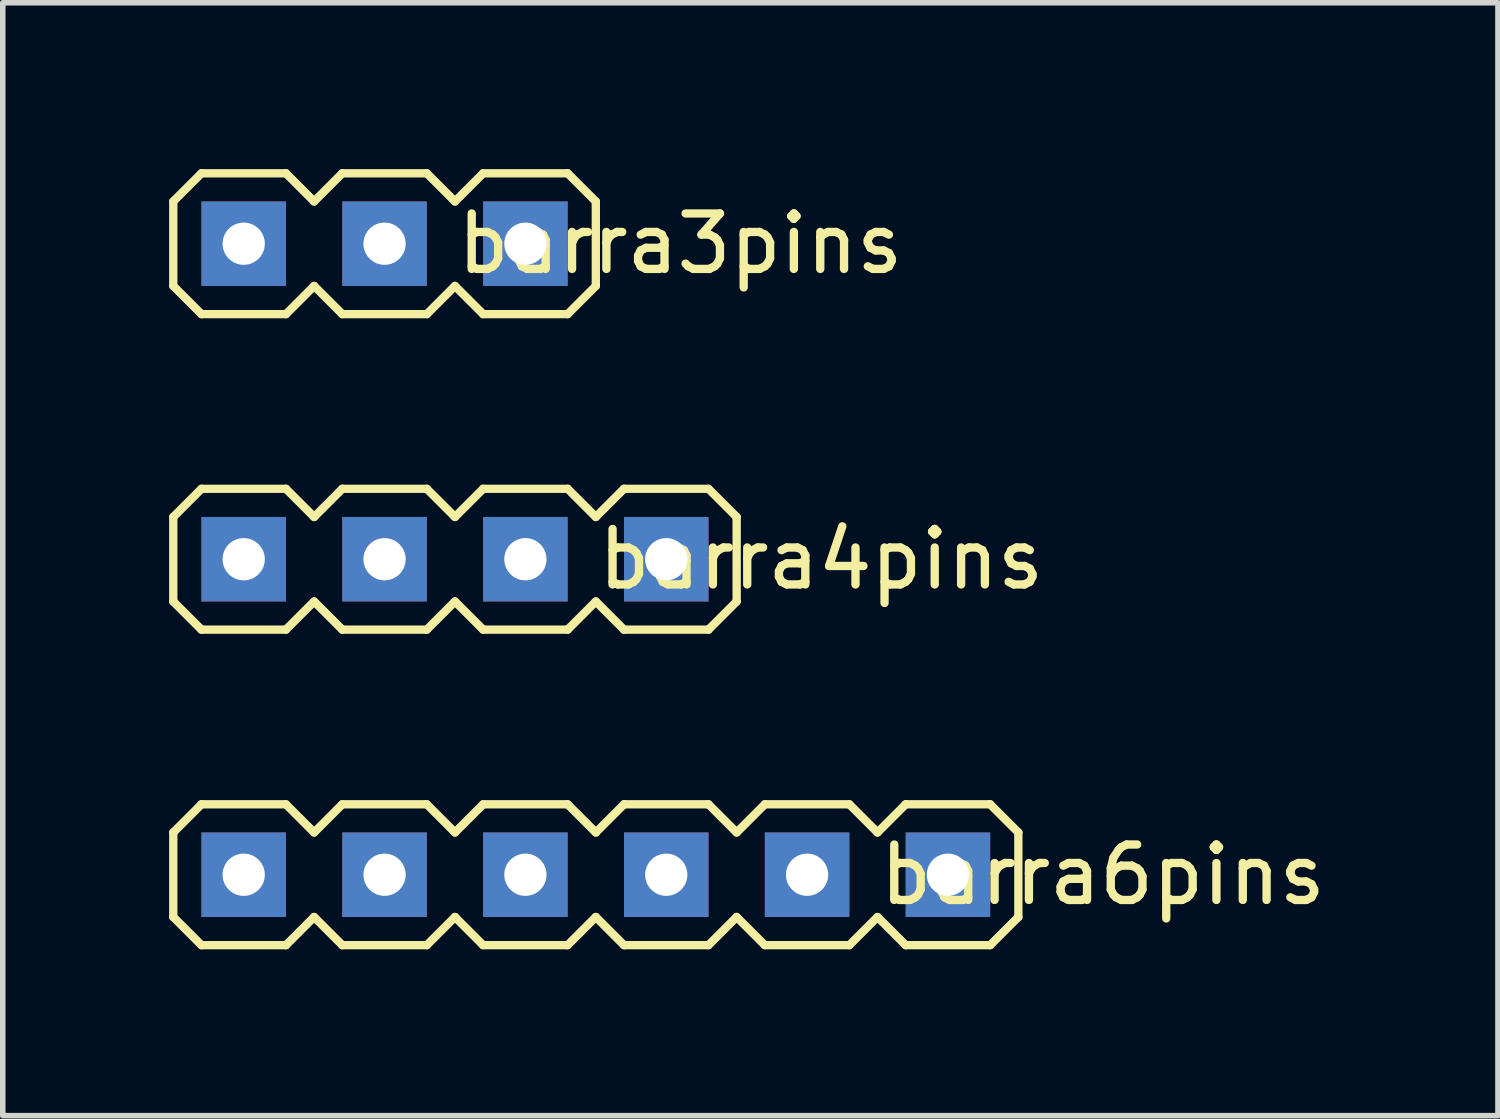
<source format=kicad_pcb>
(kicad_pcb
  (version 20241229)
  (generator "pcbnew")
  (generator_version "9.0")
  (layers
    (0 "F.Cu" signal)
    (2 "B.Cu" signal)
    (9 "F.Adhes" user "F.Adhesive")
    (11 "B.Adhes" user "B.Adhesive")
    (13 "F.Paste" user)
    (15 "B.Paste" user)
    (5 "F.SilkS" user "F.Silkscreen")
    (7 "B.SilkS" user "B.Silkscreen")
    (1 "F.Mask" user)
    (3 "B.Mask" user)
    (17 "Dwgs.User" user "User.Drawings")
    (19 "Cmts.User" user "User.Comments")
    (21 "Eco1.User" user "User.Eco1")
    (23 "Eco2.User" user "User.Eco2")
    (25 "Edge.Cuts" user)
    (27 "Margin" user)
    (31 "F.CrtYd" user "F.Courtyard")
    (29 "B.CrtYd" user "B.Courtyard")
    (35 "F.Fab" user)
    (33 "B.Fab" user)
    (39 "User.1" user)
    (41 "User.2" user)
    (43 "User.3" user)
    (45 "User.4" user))
  (footprint "barra3pins"
    (layer "F.Cu")
    (at 3.885 1.345)
    (property "Reference" "barra3pins" (at 5.334 0 0) (layer "F.SilkS") (effects (font (size 1 1) (thickness 0.15))))
    (attr through_hole)
    (fp_line (start -3.81 -0.762) (end -3.302 -1.27) (stroke (width 0.15) (type solid)) (layer "F.SilkS"))
    (fp_line (start -3.81 0.762) (end -3.81 -0.762) (stroke (width 0.15) (type solid)) (layer "F.SilkS"))
    (fp_line (start -3.302 -1.27) (end -1.778 -1.27) (stroke (width 0.15) (type solid)) (layer "F.SilkS"))
    (fp_line (start -3.302 1.27) (end -3.81 0.762) (stroke (width 0.15) (type solid)) (layer "F.SilkS"))
    (fp_line (start -1.778 -1.27) (end -1.27 -0.762) (stroke (width 0.15) (type solid)) (layer "F.SilkS"))
    (fp_line (start -1.778 1.27) (end -3.302 1.27) (stroke (width 0.15) (type solid)) (layer "F.SilkS"))
    (fp_line (start -1.27 -0.762) (end -0.762 -1.27) (stroke (width 0.15) (type solid)) (layer "F.SilkS"))
    (fp_line (start -1.27 0.762) (end -1.778 1.27) (stroke (width 0.15) (type solid)) (layer "F.SilkS"))
    (fp_line (start -0.762 -1.27) (end 0.762 -1.27) (stroke (width 0.15) (type solid)) (layer "F.SilkS"))
    (fp_line (start -0.762 1.27) (end -1.27 0.762) (stroke (width 0.15) (type solid)) (layer "F.SilkS"))
    (fp_line (start 0.762 -1.27) (end 1.27 -0.762) (stroke (width 0.15) (type solid)) (layer "F.SilkS"))
    (fp_line (start 0.762 1.27) (end -0.762 1.27) (stroke (width 0.15) (type solid)) (layer "F.SilkS"))
    (fp_line (start 1.27 -0.762) (end 1.778 -1.27) (stroke (width 0.15) (type solid)) (layer "F.SilkS"))
    (fp_line (start 1.27 0.762) (end 0.762 1.27) (stroke (width 0.15) (type solid)) (layer "F.SilkS"))
    (fp_line (start 1.778 -1.27) (end 3.302 -1.27) (stroke (width 0.15) (type solid)) (layer "F.SilkS"))
    (fp_line (start 1.778 1.27) (end 1.27 0.762) (stroke (width 0.15) (type solid)) (layer "F.SilkS"))
    (fp_line (start 3.302 -1.27) (end 3.81 -0.762) (stroke (width 0.15) (type solid)) (layer "F.SilkS"))
    (fp_line (start 3.302 1.27) (end 1.778 1.27) (stroke (width 0.15) (type solid)) (layer "F.SilkS"))
    (fp_line (start 3.81 -0.762) (end 3.81 0.762) (stroke (width 0.15) (type solid)) (layer "F.SilkS"))
    (fp_line (start 3.81 0.762) (end 3.302 1.27) (stroke (width 0.15) (type solid)) (layer "F.SilkS"))
    (pad "1" thru_hole rect (at -2.54 0) (size 1.524 1.524) (drill 0.762) (layers "*.Cu" "*.Mask"))
    (pad "2" thru_hole rect (at 0 0) (size 1.524 1.524) (drill 0.762) (layers "*.Cu" "*.Mask"))
    (pad "3" thru_hole rect (at 2.54 0) (size 1.524 1.524) (drill 0.762) (layers "*.Cu" "*.Mask")))
  (footprint "barra4pins"
    (layer "F.Cu")
    (at 6.425 7.035)
    (property "Reference" "barra4pins" (at 5.334 0 0) (layer "F.SilkS") (effects (font (size 1 1) (thickness 0.15))))
    (attr through_hole)
    (fp_line (start -6.35 -0.762) (end -5.842 -1.27) (stroke (width 0.15) (type solid)) (layer "F.SilkS"))
    (fp_line (start -6.35 0.762) (end -6.35 -0.762) (stroke (width 0.15) (type solid)) (layer "F.SilkS"))
    (fp_line (start -5.842 -1.27) (end -4.318 -1.27) (stroke (width 0.15) (type solid)) (layer "F.SilkS"))
    (fp_line (start -5.842 1.27) (end -6.35 0.762) (stroke (width 0.15) (type solid)) (layer "F.SilkS"))
    (fp_line (start -4.318 -1.27) (end -3.81 -0.762) (stroke (width 0.15) (type solid)) (layer "F.SilkS"))
    (fp_line (start -4.318 1.27) (end -5.842 1.27) (stroke (width 0.15) (type solid)) (layer "F.SilkS"))
    (fp_line (start -3.81 -0.762) (end -3.302 -1.27) (stroke (width 0.15) (type solid)) (layer "F.SilkS"))
    (fp_line (start -3.81 0.762) (end -4.318 1.27) (stroke (width 0.15) (type solid)) (layer "F.SilkS"))
    (fp_line (start -3.302 -1.27) (end -1.778 -1.27) (stroke (width 0.15) (type solid)) (layer "F.SilkS"))
    (fp_line (start -3.302 1.27) (end -3.81 0.762) (stroke (width 0.15) (type solid)) (layer "F.SilkS"))
    (fp_line (start -1.778 -1.27) (end -1.27 -0.762) (stroke (width 0.15) (type solid)) (layer "F.SilkS"))
    (fp_line (start -1.778 1.27) (end -3.302 1.27) (stroke (width 0.15) (type solid)) (layer "F.SilkS"))
    (fp_line (start -1.27 -0.762) (end -0.762 -1.27) (stroke (width 0.15) (type solid)) (layer "F.SilkS"))
    (fp_line (start -1.27 0.762) (end -1.778 1.27) (stroke (width 0.15) (type solid)) (layer "F.SilkS"))
    (fp_line (start -0.762 -1.27) (end 0.762 -1.27) (stroke (width 0.15) (type solid)) (layer "F.SilkS"))
    (fp_line (start -0.762 1.27) (end -1.27 0.762) (stroke (width 0.15) (type solid)) (layer "F.SilkS"))
    (fp_line (start 0.762 -1.27) (end 1.27 -0.762) (stroke (width 0.15) (type solid)) (layer "F.SilkS"))
    (fp_line (start 0.762 1.27) (end -0.762 1.27) (stroke (width 0.15) (type solid)) (layer "F.SilkS"))
    (fp_line (start 1.27 -0.762) (end 1.778 -1.27) (stroke (width 0.15) (type solid)) (layer "F.SilkS"))
    (fp_line (start 1.27 0.762) (end 0.762 1.27) (stroke (width 0.15) (type solid)) (layer "F.SilkS"))
    (fp_line (start 1.778 -1.27) (end 3.302 -1.27) (stroke (width 0.15) (type solid)) (layer "F.SilkS"))
    (fp_line (start 1.778 1.27) (end 1.27 0.762) (stroke (width 0.15) (type solid)) (layer "F.SilkS"))
    (fp_line (start 3.302 -1.27) (end 3.81 -0.762) (stroke (width 0.15) (type solid)) (layer "F.SilkS"))
    (fp_line (start 3.302 1.27) (end 1.778 1.27) (stroke (width 0.15) (type solid)) (layer "F.SilkS"))
    (fp_line (start 3.81 -0.762) (end 3.81 0.762) (stroke (width 0.15) (type solid)) (layer "F.SilkS"))
    (fp_line (start 3.81 0.762) (end 3.302 1.27) (stroke (width 0.15) (type solid)) (layer "F.SilkS"))
    (pad "1" thru_hole rect (at -5.08 0) (size 1.524 1.524) (drill 0.762) (layers "*.Cu" "*.Mask"))
    (pad "2" thru_hole rect (at -2.54 0) (size 1.524 1.524) (drill 0.762) (layers "*.Cu" "*.Mask"))
    (pad "3" thru_hole rect (at 0 0) (size 1.524 1.524) (drill 0.762) (layers "*.Cu" "*.Mask"))
    (pad "4" thru_hole rect (at 2.54 0) (size 1.524 1.524) (drill 0.762) (layers "*.Cu" "*.Mask")))
  (footprint "barra6pins"
    (layer "F.Cu")
    (at 6.425 12.725)
    (property "Reference" "barra6pins" (at 10.414 0 0) (layer "F.SilkS") (effects (font (size 1 1) (thickness 0.15))))
    (attr through_hole)
    (fp_line (start -6.35 -0.762) (end -5.842 -1.27) (stroke (width 0.15) (type solid)) (layer "F.SilkS"))
    (fp_line (start -6.35 0.762) (end -6.35 -0.762) (stroke (width 0.15) (type solid)) (layer "F.SilkS"))
    (fp_line (start -5.842 -1.27) (end -4.318 -1.27) (stroke (width 0.15) (type solid)) (layer "F.SilkS"))
    (fp_line (start -5.842 1.27) (end -6.35 0.762) (stroke (width 0.15) (type solid)) (layer "F.SilkS"))
    (fp_line (start -4.318 -1.27) (end -3.81 -0.762) (stroke (width 0.15) (type solid)) (layer "F.SilkS"))
    (fp_line (start -4.318 1.27) (end -5.842 1.27) (stroke (width 0.15) (type solid)) (layer "F.SilkS"))
    (fp_line (start -3.81 -0.762) (end -3.302 -1.27) (stroke (width 0.15) (type solid)) (layer "F.SilkS"))
    (fp_line (start -3.81 0.762) (end -4.318 1.27) (stroke (width 0.15) (type solid)) (layer "F.SilkS"))
    (fp_line (start -3.302 -1.27) (end -1.778 -1.27) (stroke (width 0.15) (type solid)) (layer "F.SilkS"))
    (fp_line (start -3.302 1.27) (end -3.81 0.762) (stroke (width 0.15) (type solid)) (layer "F.SilkS"))
    (fp_line (start -1.778 -1.27) (end -1.27 -0.762) (stroke (width 0.15) (type solid)) (layer "F.SilkS"))
    (fp_line (start -1.778 1.27) (end -3.302 1.27) (stroke (width 0.15) (type solid)) (layer "F.SilkS"))
    (fp_line (start -1.27 -0.762) (end -0.762 -1.27) (stroke (width 0.15) (type solid)) (layer "F.SilkS"))
    (fp_line (start -1.27 0.762) (end -1.778 1.27) (stroke (width 0.15) (type solid)) (layer "F.SilkS"))
    (fp_line (start -0.762 -1.27) (end 0.762 -1.27) (stroke (width 0.15) (type solid)) (layer "F.SilkS"))
    (fp_line (start -0.762 1.27) (end -1.27 0.762) (stroke (width 0.15) (type solid)) (layer "F.SilkS"))
    (fp_line (start 0.762 -1.27) (end 1.27 -0.762) (stroke (width 0.15) (type solid)) (layer "F.SilkS"))
    (fp_line (start 0.762 1.27) (end -0.762 1.27) (stroke (width 0.15) (type solid)) (layer "F.SilkS"))
    (fp_line (start 1.27 -0.762) (end 1.778 -1.27) (stroke (width 0.15) (type solid)) (layer "F.SilkS"))
    (fp_line (start 1.27 0.762) (end 0.762 1.27) (stroke (width 0.15) (type solid)) (layer "F.SilkS"))
    (fp_line (start 1.778 -1.27) (end 3.302 -1.27) (stroke (width 0.15) (type solid)) (layer "F.SilkS"))
    (fp_line (start 1.778 1.27) (end 1.27 0.762) (stroke (width 0.15) (type solid)) (layer "F.SilkS"))
    (fp_line (start 3.302 -1.27) (end 3.81 -0.762) (stroke (width 0.15) (type solid)) (layer "F.SilkS"))
    (fp_line (start 3.302 1.27) (end 1.778 1.27) (stroke (width 0.15) (type solid)) (layer "F.SilkS"))
    (fp_line (start 3.81 -0.762) (end 4.318 -1.27) (stroke (width 0.15) (type solid)) (layer "F.SilkS"))
    (fp_line (start 3.81 0.762) (end 3.302 1.27) (stroke (width 0.15) (type solid)) (layer "F.SilkS"))
    (fp_line (start 4.318 -1.27) (end 5.842 -1.27) (stroke (width 0.15) (type solid)) (layer "F.SilkS"))
    (fp_line (start 4.318 1.27) (end 3.81 0.762) (stroke (width 0.15) (type solid)) (layer "F.SilkS"))
    (fp_line (start 5.842 -1.27) (end 6.35 -0.762) (stroke (width 0.15) (type solid)) (layer "F.SilkS"))
    (fp_line (start 5.842 1.27) (end 4.318 1.27) (stroke (width 0.15) (type solid)) (layer "F.SilkS"))
    (fp_line (start 6.35 -0.762) (end 6.858 -1.27) (stroke (width 0.15) (type solid)) (layer "F.SilkS"))
    (fp_line (start 6.35 0.762) (end 5.842 1.27) (stroke (width 0.15) (type solid)) (layer "F.SilkS"))
    (fp_line (start 6.858 -1.27) (end 8.382 -1.27) (stroke (width 0.15) (type solid)) (layer "F.SilkS"))
    (fp_line (start 6.858 1.27) (end 6.35 0.762) (stroke (width 0.15) (type solid)) (layer "F.SilkS"))
    (fp_line (start 8.382 -1.27) (end 8.89 -0.762) (stroke (width 0.15) (type solid)) (layer "F.SilkS"))
    (fp_line (start 8.382 1.27) (end 6.858 1.27) (stroke (width 0.15) (type solid)) (layer "F.SilkS"))
    (fp_line (start 8.89 -0.762) (end 8.89 0.762) (stroke (width 0.15) (type solid)) (layer "F.SilkS"))
    (fp_line (start 8.89 0.762) (end 8.382 1.27) (stroke (width 0.15) (type solid)) (layer "F.SilkS"))
    (pad "1" thru_hole rect (at -5.08 0) (size 1.524 1.524) (drill 0.762) (layers "*.Cu" "*.Mask"))
    (pad "2" thru_hole rect (at -2.54 0) (size 1.524 1.524) (drill 0.762) (layers "*.Cu" "*.Mask"))
    (pad "3" thru_hole rect (at 0 0) (size 1.524 1.524) (drill 0.762) (layers "*.Cu" "*.Mask"))
    (pad "4" thru_hole rect (at 2.54 0) (size 1.524 1.524) (drill 0.762) (layers "*.Cu" "*.Mask"))
    (pad "5" thru_hole rect (at 5.08 0) (size 1.524 1.524) (drill 0.762) (layers "*.Cu" "*.Mask"))
    (pad "6" thru_hole rect (at 7.62 0) (size 1.524 1.524) (drill 0.762) (layers "*.Cu" "*.Mask")))
  (gr_rect
    (start -3 -3)
    (end 23.964 17.07)
    (stroke (width 0.1) (type default))
    (fill no)
    (layer "Edge.Cuts")))
</source>
